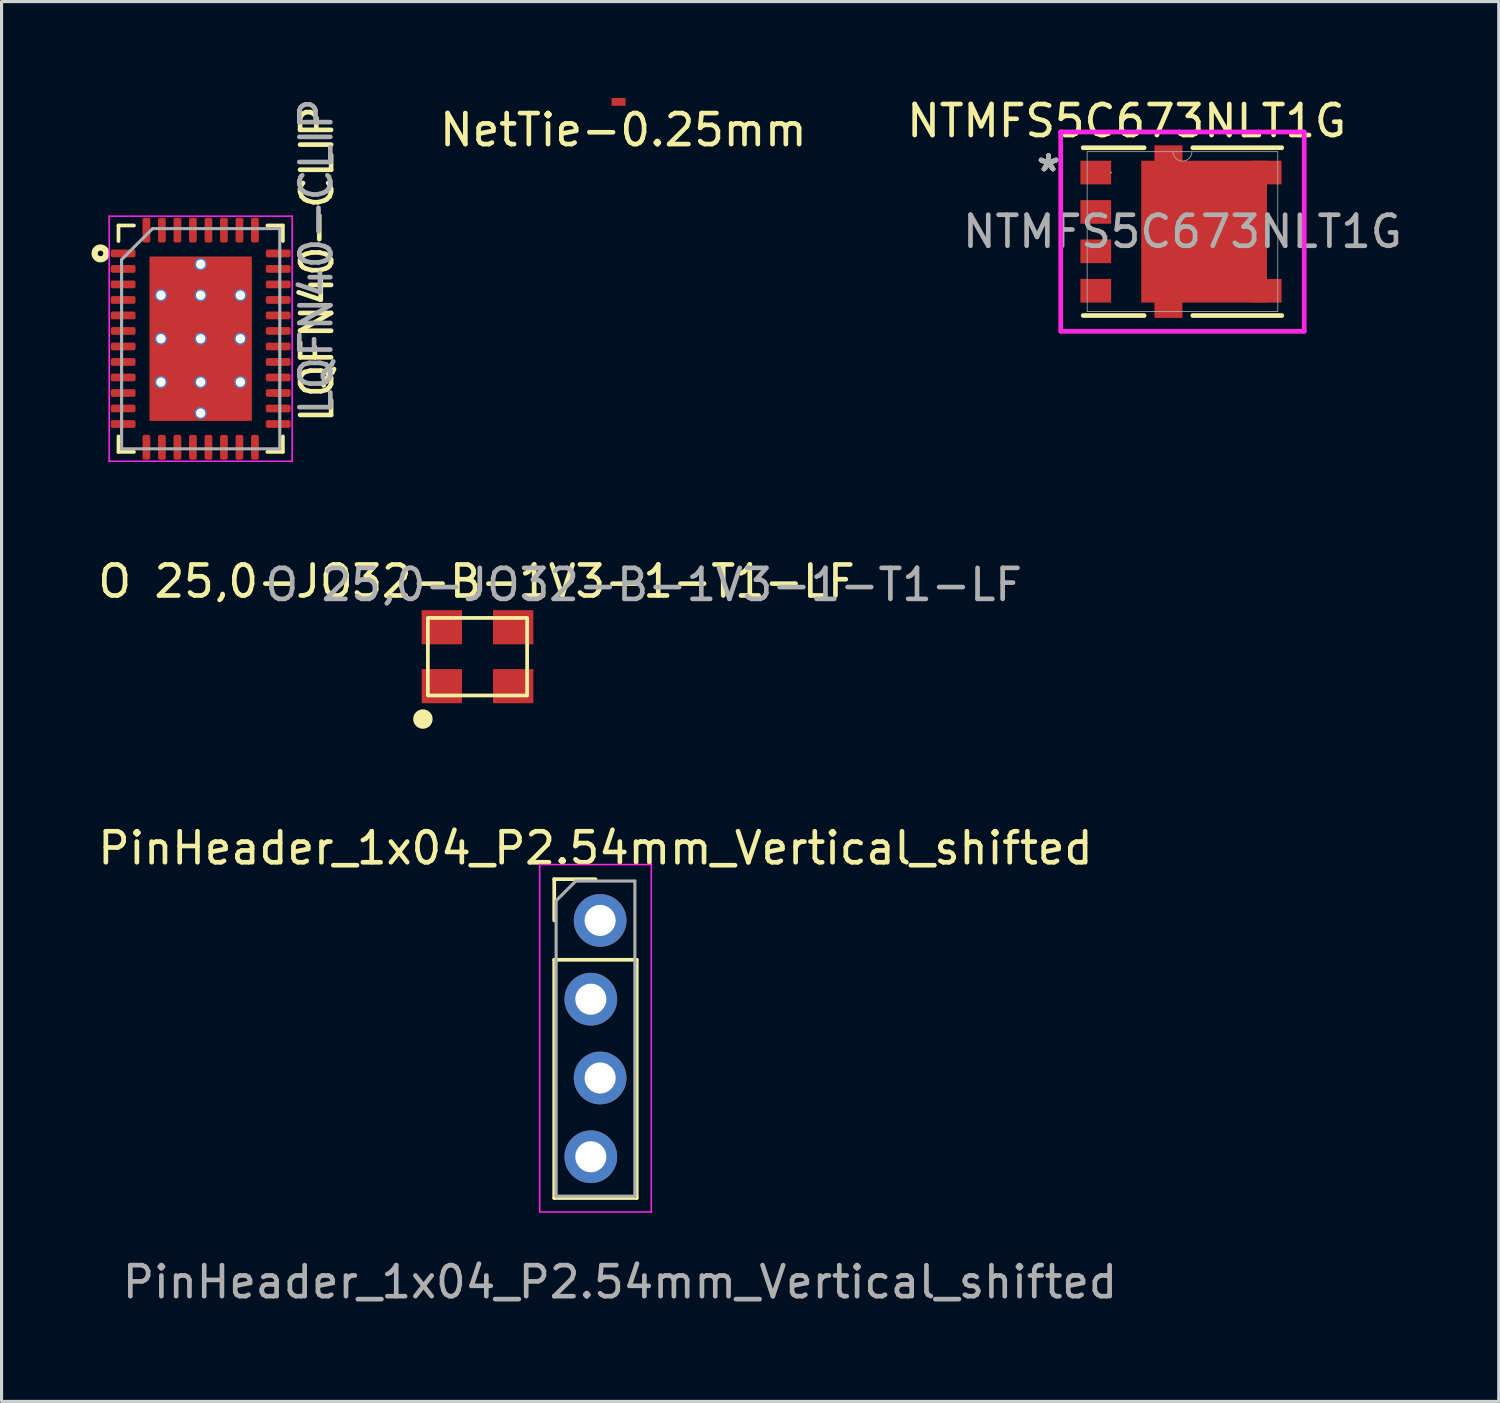
<source format=kicad_pcb>
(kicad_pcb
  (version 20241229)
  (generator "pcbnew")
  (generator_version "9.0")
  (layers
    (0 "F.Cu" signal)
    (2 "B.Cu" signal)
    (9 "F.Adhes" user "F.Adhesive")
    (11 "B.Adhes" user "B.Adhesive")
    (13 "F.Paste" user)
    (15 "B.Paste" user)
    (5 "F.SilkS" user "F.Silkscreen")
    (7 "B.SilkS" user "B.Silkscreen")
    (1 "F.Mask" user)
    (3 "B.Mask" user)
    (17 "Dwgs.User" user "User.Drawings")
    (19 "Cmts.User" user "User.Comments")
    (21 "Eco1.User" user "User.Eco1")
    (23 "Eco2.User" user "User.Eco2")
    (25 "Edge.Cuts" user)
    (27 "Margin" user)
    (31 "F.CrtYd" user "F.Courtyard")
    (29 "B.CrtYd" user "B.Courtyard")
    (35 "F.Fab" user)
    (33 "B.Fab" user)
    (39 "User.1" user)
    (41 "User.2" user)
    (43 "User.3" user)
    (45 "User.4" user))
  (footprint "LQFN40-CLIP"
    (layer "F.Cu")
    (at 3.42 7.87)
    (property "Reference" "LQFN40-CLIP" (at 3.75 -2.4 90) (layer "F.SilkS") (effects (font (size 1 1) (thickness 0.15))))
    (attr through_hole)
    (fp_line (start -2.65 -3.65) (end -2.65 -3.15) (stroke (width 0.12) (type solid)) (layer "F.SilkS"))
    (fp_line (start -2.65 3.65) (end -2.65 3.15) (stroke (width 0.12) (type solid)) (layer "F.SilkS"))
    (fp_line (start -2.15 -3.65) (end -2.65 -3.65) (stroke (width 0.12) (type solid)) (layer "F.SilkS"))
    (fp_line (start -2.15 3.65) (end -2.65 3.65) (stroke (width 0.12) (type solid)) (layer "F.SilkS"))
    (fp_line (start 2.15 -3.65) (end 2.65 -3.65) (stroke (width 0.12) (type solid)) (layer "F.SilkS"))
    (fp_line (start 2.15 3.65) (end 2.65 3.65) (stroke (width 0.12) (type solid)) (layer "F.SilkS"))
    (fp_line (start 2.65 -3.65) (end 2.65 -3.15) (stroke (width 0.12) (type solid)) (layer "F.SilkS"))
    (fp_line (start 2.65 3.65) (end 2.65 3.15) (stroke (width 0.12) (type solid)) (layer "F.SilkS"))
    (fp_circle (center -3.23 -2.75) (end -3.14 -2.75) (stroke (width 0.2) (type default)) (fill no) (layer "F.SilkS"))
    (fp_line (start -2.95 -3.95) (end -2.95 3.95) (stroke (width 0.05) (type solid)) (layer "F.CrtYd"))
    (fp_line (start -2.95 3.95) (end 2.95 3.95) (stroke (width 0.05) (type solid)) (layer "F.CrtYd"))
    (fp_line (start 2.95 -3.95) (end -2.95 -3.95) (stroke (width 0.05) (type solid)) (layer "F.CrtYd"))
    (fp_line (start 2.95 3.95) (end 2.95 -3.95) (stroke (width 0.05) (type solid)) (layer "F.CrtYd"))
    (fp_line (start -2.55 -2.55) (end -1.55 -3.55) (stroke (width 0.1) (type solid)) (layer "F.Fab"))
    (fp_line (start -2.55 3.55) (end -2.55 -2.55) (stroke (width 0.1) (type solid)) (layer "F.Fab"))
    (fp_line (start -1.55 -3.55) (end 2.55 -3.55) (stroke (width 0.1) (type solid)) (layer "F.Fab"))
    (fp_line (start 2.55 -3.55) (end 2.55 3.55) (stroke (width 0.1) (type solid)) (layer "F.Fab"))
    (fp_line (start 2.55 3.55) (end -2.55 3.55) (stroke (width 0.1) (type solid)) (layer "F.Fab"))
    (fp_text user "${REFERENCE}" (at 3.725 -2.65 90) (layer "F.Fab") (effects (font (size 1 1) (thickness 0.15))))
    (pad "" smd roundrect (at -0.9 -2.1) (size 1.3 0.9) (layers "F.Paste") (roundrect_rratio 0.245))
    (pad "" smd roundrect (at -0.9 2.1) (size 1.3 0.9) (layers "F.Paste") (roundrect_rratio 0.245))
    (pad "" smd roundrect (at -0.85 -0.7) (size 1.4 0.95) (layers "F.Paste") (roundrect_rratio 0.245))
    (pad "" smd roundrect (at -0.85 0.7) (size 1.4 0.95) (layers "F.Paste") (roundrect_rratio 0.245))
    (pad "" smd roundrect (at 0.85 -0.7) (size 1.4 0.95) (layers "F.Paste") (roundrect_rratio 0.245))
    (pad "" smd roundrect (at 0.85 0.7) (size 1.4 0.95) (layers "F.Paste") (roundrect_rratio 0.245))
    (pad "" smd roundrect (at 0.9 -2.1) (size 1.3 0.9) (layers "F.Paste") (roundrect_rratio 0.245))
    (pad "" smd roundrect (at 0.9 2.1) (size 1.3 0.9) (layers "F.Paste") (roundrect_rratio 0.245))
    (pad "1" smd roundrect (at -2.5 -2.75) (size 0.8 0.25) (layers "F.Cu" "F.Mask" "F.Paste") (roundrect_rratio 0.25))
    (pad "2" smd roundrect (at -2.5 -2.25) (size 0.8 0.25) (layers "F.Cu" "F.Mask" "F.Paste") (roundrect_rratio 0.25))
    (pad "3" smd roundrect (at -2.5 -1.75) (size 0.8 0.25) (layers "F.Cu" "F.Mask" "F.Paste") (roundrect_rratio 0.25))
    (pad "4" smd roundrect (at -2.5 -1.25) (size 0.8 0.25) (layers "F.Cu" "F.Mask" "F.Paste") (roundrect_rratio 0.25))
    (pad "5" smd roundrect (at -2.5 -0.75) (size 0.8 0.25) (layers "F.Cu" "F.Mask" "F.Paste") (roundrect_rratio 0.25))
    (pad "6" smd roundrect (at -2.5 -0.25) (size 0.8 0.25) (layers "F.Cu" "F.Mask" "F.Paste") (roundrect_rratio 0.25))
    (pad "7" smd roundrect (at -2.5 0.25) (size 0.8 0.25) (layers "F.Cu" "F.Mask" "F.Paste") (roundrect_rratio 0.25))
    (pad "8" smd roundrect (at -2.5 0.75) (size 0.8 0.25) (layers "F.Cu" "F.Mask" "F.Paste") (roundrect_rratio 0.25))
    (pad "9" smd roundrect (at -2.5 1.25) (size 0.8 0.25) (layers "F.Cu" "F.Mask" "F.Paste") (roundrect_rratio 0.25))
    (pad "10" smd roundrect (at -2.5 1.75) (size 0.8 0.25) (layers "F.Cu" "F.Mask" "F.Paste") (roundrect_rratio 0.25))
    (pad "11" smd roundrect (at -2.5 2.25) (size 0.8 0.25) (layers "F.Cu" "F.Mask" "F.Paste") (roundrect_rratio 0.25))
    (pad "12" smd roundrect (at -2.5 2.75) (size 0.8 0.25) (layers "F.Cu" "F.Mask" "F.Paste") (roundrect_rratio 0.25))
    (pad "13" smd roundrect (at -1.75 3.5) (size 0.25 0.8) (layers "F.Cu" "F.Mask" "F.Paste") (roundrect_rratio 0.25))
    (pad "14" smd roundrect (at -1.25 3.5) (size 0.25 0.8) (layers "F.Cu" "F.Mask" "F.Paste") (roundrect_rratio 0.25))
    (pad "15" smd roundrect (at -0.75 3.5) (size 0.25 0.8) (layers "F.Cu" "F.Mask" "F.Paste") (roundrect_rratio 0.25))
    (pad "16" smd roundrect (at -0.25 3.5) (size 0.25 0.8) (layers "F.Cu" "F.Mask" "F.Paste") (roundrect_rratio 0.25))
    (pad "17" smd roundrect (at 0.25 3.5) (size 0.25 0.8) (layers "F.Cu" "F.Mask" "F.Paste") (roundrect_rratio 0.25))
    (pad "18" smd roundrect (at 0.75 3.5) (size 0.25 0.8) (layers "F.Cu" "F.Mask" "F.Paste") (roundrect_rratio 0.25))
    (pad "19" smd roundrect (at 1.25 3.5) (size 0.25 0.8) (layers "F.Cu" "F.Mask" "F.Paste") (roundrect_rratio 0.25))
    (pad "20" smd roundrect (at 1.75 3.5) (size 0.25 0.8) (layers "F.Cu" "F.Mask" "F.Paste") (roundrect_rratio 0.25))
    (pad "21" smd roundrect (at 2.5 2.75) (size 0.8 0.25) (layers "F.Cu" "F.Mask" "F.Paste") (roundrect_rratio 0.25))
    (pad "22" smd roundrect (at 2.5 2.25) (size 0.8 0.25) (layers "F.Cu" "F.Mask" "F.Paste") (roundrect_rratio 0.25))
    (pad "23" smd roundrect (at 2.5 1.75) (size 0.8 0.25) (layers "F.Cu" "F.Mask" "F.Paste") (roundrect_rratio 0.25))
    (pad "24" smd roundrect (at 2.5 1.25) (size 0.8 0.25) (layers "F.Cu" "F.Mask" "F.Paste") (roundrect_rratio 0.25))
    (pad "25" smd roundrect (at 2.5 0.75) (size 0.8 0.25) (layers "F.Cu" "F.Mask" "F.Paste") (roundrect_rratio 0.25))
    (pad "26" smd roundrect (at 2.5 0.25) (size 0.8 0.25) (layers "F.Cu" "F.Mask" "F.Paste") (roundrect_rratio 0.25))
    (pad "27" smd roundrect (at 2.5 -0.25) (size 0.8 0.25) (layers "F.Cu" "F.Mask" "F.Paste") (roundrect_rratio 0.25))
    (pad "28" smd roundrect (at 2.5 -0.75) (size 0.8 0.25) (layers "F.Cu" "F.Mask" "F.Paste") (roundrect_rratio 0.25))
    (pad "29" smd roundrect (at 2.5 -1.25) (size 0.8 0.25) (layers "F.Cu" "F.Mask" "F.Paste") (roundrect_rratio 0.25))
    (pad "30" smd roundrect (at 2.5 -1.75) (size 0.8 0.25) (layers "F.Cu" "F.Mask" "F.Paste") (roundrect_rratio 0.25))
    (pad "31" smd roundrect (at 2.5 -2.25) (size 0.8 0.25) (layers "F.Cu" "F.Mask" "F.Paste") (roundrect_rratio 0.25))
    (pad "32" smd roundrect (at 2.5 -2.75) (size 0.8 0.25) (layers "F.Cu" "F.Mask" "F.Paste") (roundrect_rratio 0.25))
    (pad "33" smd roundrect (at 1.75 -3.5) (size 0.25 0.8) (layers "F.Cu" "F.Mask" "F.Paste") (roundrect_rratio 0.25))
    (pad "34" smd roundrect (at 1.25 -3.5) (size 0.25 0.8) (layers "F.Cu" "F.Mask" "F.Paste") (roundrect_rratio 0.25))
    (pad "35" smd roundrect (at 0.75 -3.5) (size 0.25 0.8) (layers "F.Cu" "F.Mask" "F.Paste") (roundrect_rratio 0.25))
    (pad "36" smd roundrect (at 0.25 -3.5) (size 0.25 0.8) (layers "F.Cu" "F.Mask" "F.Paste") (roundrect_rratio 0.25))
    (pad "37" smd roundrect (at -0.25 -3.5) (size 0.25 0.8) (layers "F.Cu" "F.Mask" "F.Paste") (roundrect_rratio 0.25))
    (pad "38" smd roundrect (at -0.75 -3.5) (size 0.25 0.8) (layers "F.Cu" "F.Mask" "F.Paste") (roundrect_rratio 0.25))
    (pad "39" smd roundrect (at -1.25 -3.5) (size 0.25 0.8) (layers "F.Cu" "F.Mask" "F.Paste") (roundrect_rratio 0.25))
    (pad "40" smd roundrect (at -1.75 -3.5) (size 0.25 0.8) (layers "F.Cu" "F.Mask" "F.Paste") (roundrect_rratio 0.25))
    (pad "41" thru_hole circle (at -1.28 -1.4) (size 0.4 0.4) (drill 0.3) (layers "*.Cu" "*.Mask"))
    (pad "41" thru_hole circle (at -1.28 0) (size 0.4 0.4) (drill 0.3) (layers "*.Cu" "*.Mask"))
    (pad "41" thru_hole circle (at -1.28 1.4) (size 0.4 0.4) (drill 0.3) (layers "*.Cu" "*.Mask"))
    (pad "41" thru_hole circle (at 0 -2.4) (size 0.4 0.4) (drill 0.3) (layers "*.Cu" "*.Mask"))
    (pad "41" thru_hole circle (at 0 -1.4) (size 0.4 0.4) (drill 0.3) (layers "*.Cu" "*.Mask"))
    (pad "41" thru_hole circle (at 0 0) (size 0.4 0.4) (drill 0.3) (layers "*.Cu" "*.Mask"))
    (pad "41" smd rect (at 0 0) (size 3.3 5.3) (layers "F.Cu" "F.Mask"))
    (pad "41" thru_hole circle (at 0 1.4) (size 0.4 0.4) (drill 0.3) (layers "*.Cu" "*.Mask"))
    (pad "41" thru_hole circle (at 0 2.4) (size 0.4 0.4) (drill 0.3) (layers "*.Cu" "*.Mask"))
    (pad "41" thru_hole circle (at 1.28 -1.4) (size 0.4 0.4) (drill 0.3) (layers "*.Cu" "*.Mask"))
    (pad "41" thru_hole circle (at 1.28 0) (size 0.4 0.4) (drill 0.3) (layers "*.Cu" "*.Mask"))
    (pad "41" thru_hole circle (at 1.28 1.4) (size 0.4 0.4) (drill 0.3) (layers "*.Cu" "*.Mask")))
  (footprint "NetTie-0.25mm"
    (layer "F.Cu")
    (at 17.018 0.25)
    (property "Reference" "NetTie-0.25mm" (at 0.03 0.89 0) (layer "F.SilkS") (effects (font (size 1 1) (thickness 0.15))))
    (attr smd)
    (fp_poly (pts (xy -0.35 -0.14) (xy 0.1 -0.14) (xy 0.1 0.11) (xy -0.35 0.11)) (stroke (width 0.001) (type solid)) (fill yes) (layer "F.Cu"))
    (pad "1" smd rect (at -0.35 -0.01) (size 0.001 0.25) (layers "F.Cu" "F.Mask"))
    (pad "2" smd rect (at 0.1 -0.01) (size 0.001 0.25) (layers "F.Cu" "F.Mask")))
  (footprint "O 25,0-JO32-B-1V3-1-T1-LF"
    (layer "F.Cu")
    (at 12.345 18.123)
    (property "Reference" "O 25,0-JO32-B-1V3-1-T1-LF" (at -0.03 -2.43 0) (unlocked yes) (layer "F.SilkS") (effects (font (size 1 1) (thickness 0.15))))
    (attr smd)
    (fp_rect (start -1.6 -1.25) (end 1.6 1.25) (stroke (width 0.12) (type solid)) (fill no) (layer "F.SilkS"))
    (fp_circle (center -1.76 2.01) (end -1.507 2.01) (stroke (width 0.12) (type solid)) (fill yes) (layer "F.SilkS"))
    (fp_text user "${REFERENCE}" (at 5.36 -2.32 0) (unlocked yes) (layer "F.Fab") (effects (font (size 1 1) (thickness 0.15))))
    (pad "1" smd rect (at -1.15 0.95) (size 1.3 1.1) (layers "F.Cu" "F.Mask" "F.Paste"))
    (pad "2" smd rect (at 1.15 0.95) (size 1.3 1.1) (layers "F.Cu" "F.Mask" "F.Paste"))
    (pad "3" smd rect (at 1.15 -0.95) (size 1.3 1.1) (layers "F.Cu" "F.Mask" "F.Paste"))
    (pad "4" smd rect (at -1.15 -0.95) (size 1.3 1.1) (layers "F.Cu" "F.Mask" "F.Paste")))
  (footprint "NTMFS5C673NLT1G"
    (layer "F.Cu")
    (at 35.074 4.418)
    (property "Reference" "NTMFS5C673NLT1G" (at -1.8 -3.57 0) (unlocked yes) (layer "F.SilkS") (effects (font (size 1 1) (thickness 0.15))))
    (attr smd)
    (fp_poly (pts (xy -1.33 -2.286) (xy -1.33 2.286) (xy -0.905 2.286) (xy -0.905 2.781) (xy 0 2.781) (xy 0 2.286) (xy 2.725 2.286) (xy 2.725 -2.286) (xy 0 -2.286) (xy 0 -2.781) (xy -0.905 -2.781) (xy -0.905 -2.286)) (stroke (width 0) (type solid)) (fill yes) (layer "F.Cu"))
    (fp_poly (pts (xy -1.33 -2.286) (xy -1.33 2.286) (xy -0.905 2.286) (xy -0.905 2.781) (xy 0 2.781) (xy 0 2.286) (xy 2.725 2.286) (xy 2.725 -2.286) (xy 0 -2.286) (xy 0 -2.781) (xy -0.905 -2.781) (xy -0.905 -2.286)) (stroke (width 0) (type solid)) (fill yes) (layer "F.Mask"))
    (fp_line (start -3.2 2.705) (end -1.238 2.705) (stroke (width 0.152) (type solid)) (layer "F.SilkS"))
    (fp_line (start -1.238 -2.705) (end -3.2 -2.705) (stroke (width 0.152) (type solid)) (layer "F.SilkS"))
    (fp_line (start 0.333 2.705) (end 3.2 2.705) (stroke (width 0.152) (type solid)) (layer "F.SilkS"))
    (fp_line (start 3.2 -2.705) (end 0.333 -2.705) (stroke (width 0.152) (type solid)) (layer "F.SilkS"))
    (fp_poly (pts (xy -1.33 -2.286) (xy -1.33 2.286) (xy -0.905 2.286) (xy -0.905 2.781) (xy 0 2.781) (xy 0 2.286) (xy 2.725 2.286) (xy 2.725 -2.286) (xy 0 -2.286) (xy 0 -2.781) (xy -0.905 -2.781) (xy -0.905 -2.286)) (stroke (width 0) (type solid)) (fill yes) (layer "F.Paste"))
    (fp_line (start -3.925 -3.213) (end -3.925 3.213) (stroke (width 0.152) (type solid)) (layer "F.CrtYd"))
    (fp_line (start -3.925 3.213) (end 3.925 3.213) (stroke (width 0.152) (type solid)) (layer "F.CrtYd"))
    (fp_line (start 3.925 -3.213) (end -3.925 -3.213) (stroke (width 0.152) (type solid)) (layer "F.CrtYd"))
    (fp_line (start 3.925 3.213) (end 3.925 -3.213) (stroke (width 0.152) (type solid)) (layer "F.CrtYd"))
    (fp_line (start -3.073 -2.578) (end -3.073 2.578) (stroke (width 0.025) (type solid)) (layer "F.Fab"))
    (fp_line (start -3.073 2.578) (end 3.073 2.578) (stroke (width 0.025) (type solid)) (layer "F.Fab"))
    (fp_line (start 3.073 -2.578) (end -3.073 -2.578) (stroke (width 0.025) (type solid)) (layer "F.Fab"))
    (fp_line (start 3.073 2.578) (end 3.073 -2.578) (stroke (width 0.025) (type solid)) (layer "F.Fab"))
    (fp_arc (start 0.3048 -2.5781) (mid 0 -2.2733) (end -0.3048 -2.5781) (stroke (width 0.0254) (type solid)) (layer "F.Fab"))
    (fp_circle (center -2.3 -1.905) (end -2.3 -1.905) (stroke (width 0.025) (type solid)) (fill no) (layer "F.Fab"))
    (fp_text user "*" (at -4.318 -1.905 0) (layer "F.SilkS") (effects (font (size 1 1) (thickness 0.15))))
    (fp_text user "*" (at -4.318 -1.905 0) (unlocked yes) (layer "F.SilkS") (effects (font (size 1 1) (thickness 0.15))))
    (fp_text user "*" (at -4.318 -1.905 0) (unlocked yes) (layer "B.SilkS") (effects (font (size 1 1) (thickness 0.15))))
    (fp_text user "${REFERENCE}" (at 0 0 0) (unlocked yes) (layer "F.Fab") (effects (font (size 1 1) (thickness 0.15))))
    (fp_text user "*" (at -4.318 -1.905 0) (unlocked yes) (layer "F.Fab") (effects (font (size 1 1) (thickness 0.15))))
    (fp_text user "*" (at -4.318 -1.905 0) (layer "F.Fab") (effects (font (size 1 1) (thickness 0.15))))
    (pad "1" smd rect (at -2.795 -1.905) (size 0.991 0.762) (layers "F.Cu" "F.Mask" "F.Paste"))
    (pad "2" smd rect (at -2.795 -0.635) (size 0.991 0.762) (layers "F.Cu" "F.Mask" "F.Paste"))
    (pad "3" smd rect (at -2.795 0.635) (size 0.991 0.762) (layers "F.Cu" "F.Mask" "F.Paste"))
    (pad "4" smd rect (at -2.795 1.905) (size 0.991 0.762) (layers "F.Cu" "F.Mask" "F.Paste"))
    (pad "5" smd rect (at 2.7 1.905) (size 0.991 0.762) (layers "F.Cu" "F.Mask" "F.Paste"))
    (pad "6" smd rect (at 2.7 -1.905) (size 0.991 0.762) (layers "F.Cu" "F.Mask" "F.Paste")))
  (footprint "PinHeader_1x04_P2.54mm_Vertical_shifted"
    (layer "F.Cu")
    (at 16.149 26.625)
    (property "Reference" "PinHeader_1x04_P2.54mm_Vertical_shifted" (at 0 -2.33 0) (layer "F.SilkS") (effects (font (size 1 1) (thickness 0.15))))
    (attr through_hole)
    (fp_line (start -1.33 -1.33) (end 0 -1.33) (stroke (width 0.12) (type solid)) (layer "F.SilkS"))
    (fp_line (start -1.33 0) (end -1.33 -1.33) (stroke (width 0.12) (type solid)) (layer "F.SilkS"))
    (fp_line (start -1.33 1.27) (end -1.33 8.95) (stroke (width 0.12) (type solid)) (layer "F.SilkS"))
    (fp_line (start -1.33 1.27) (end 1.33 1.27) (stroke (width 0.12) (type solid)) (layer "F.SilkS"))
    (fp_line (start -1.33 8.95) (end 1.33 8.95) (stroke (width 0.12) (type solid)) (layer "F.SilkS"))
    (fp_line (start 1.33 1.27) (end 1.33 8.95) (stroke (width 0.12) (type solid)) (layer "F.SilkS"))
    (fp_line (start -1.8 -1.8) (end -1.8 9.4) (stroke (width 0.05) (type solid)) (layer "F.CrtYd"))
    (fp_line (start -1.8 9.4) (end 1.8 9.4) (stroke (width 0.05) (type solid)) (layer "F.CrtYd"))
    (fp_line (start 1.8 -1.8) (end -1.8 -1.8) (stroke (width 0.05) (type solid)) (layer "F.CrtYd"))
    (fp_line (start 1.8 9.4) (end 1.8 -1.8) (stroke (width 0.05) (type solid)) (layer "F.CrtYd"))
    (fp_line (start -1.27 -0.635) (end -0.635 -1.27) (stroke (width 0.1) (type solid)) (layer "F.Fab"))
    (fp_line (start -1.27 8.89) (end -1.27 -0.635) (stroke (width 0.1) (type solid)) (layer "F.Fab"))
    (fp_line (start -0.635 -1.27) (end 1.27 -1.27) (stroke (width 0.1) (type solid)) (layer "F.Fab"))
    (fp_line (start 1.27 -1.27) (end 1.27 8.89) (stroke (width 0.1) (type solid)) (layer "F.Fab"))
    (fp_line (start 1.27 8.89) (end -1.27 8.89) (stroke (width 0.1) (type solid)) (layer "F.Fab"))
    (fp_text user "${REFERENCE}" (at 0.79 11.66 180) (layer "F.Fab") (effects (font (size 1 1) (thickness 0.15))))
    (pad "1" thru_hole circle (at 0.15 0) (size 1.7 1.7) (drill 1) (layers "*.Cu" "*.Mask"))
    (pad "2" thru_hole oval (at -0.15 2.54) (size 1.7 1.7) (drill 1) (layers "*.Cu" "*.Mask"))
    (pad "3" thru_hole oval (at 0.15 5.08) (size 1.7 1.7) (drill 1) (layers "*.Cu" "*.Mask"))
    (pad "4" thru_hole oval (at -0.15 7.62) (size 1.7 1.7) (drill 1) (layers "*.Cu" "*.Mask")))
  (gr_rect
    (start -3 -3)
    (end 45.271 42.133)
    (stroke (width 0.1) (type default))
    (fill no)
    (layer "Edge.Cuts")))
</source>
